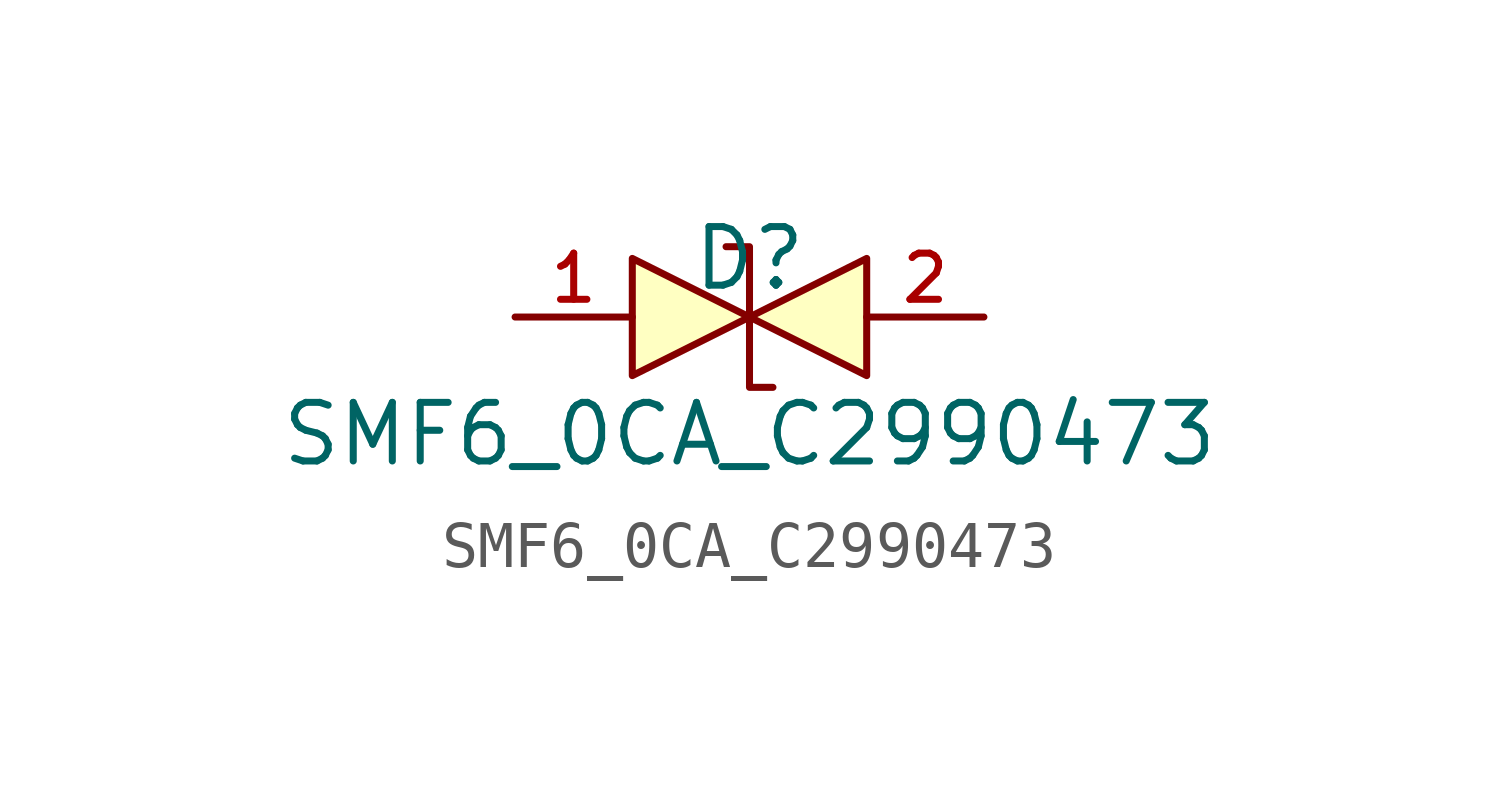
<source format=kicad_sym>
(kicad_symbol_lib
  (version 20210201)
  (generator TousstNicolas/JLC2KiCad_lib)
  (symbol "SMF6_0CA_C2990473"
    (pin_names hide)
    (property "Reference" "D"
      (at 0 1.27 0)
      (effects (font (size 1.27 1.27))))
    (property "Value" "SMF6_0CA_C2990473"
      (at 0 -2.54 0)
      (effects (font (size 1.27 1.27))))
    (symbol "SMF6_0CA_C2990473_0_1"
      (pin unspecified line (at 5.08 -0.0 180) (length 2.54) (name "2" (effects (font (size 1 1)))) (number "2" (effects (font (size 1 1)))))
      (pin unspecified line (at -5.08 -0.0 0) (length 2.54) (name "1" (effects (font (size 1 1)))) (number "1" (effects (font (size 1 1)))))
      (polyline (pts (xy -2.54 1.27) (xy 0.0 -0.0) (xy -2.54 -1.27) (xy -2.54 1.27)) (stroke (width 0) (type default) (color 0 0 0 0)) (fill (type background)))
      (polyline (pts (xy 2.54 1.27) (xy 0.0 -0.0) (xy 2.54 -1.27) (xy 2.54 1.27)) (stroke (width 0) (type default) (color 0 0 0 0)) (fill (type background)))
      (polyline (pts (xy -0.508 1.524) (xy -0.508 1.524) (xy 0.0 1.524) (xy 0.0 -1.524) (xy 0.508 -1.524) (xy 0.508 -1.524)) (stroke (width 0) (type default) (color 0 0 0 0)) (fill (type none))))))
</source>
